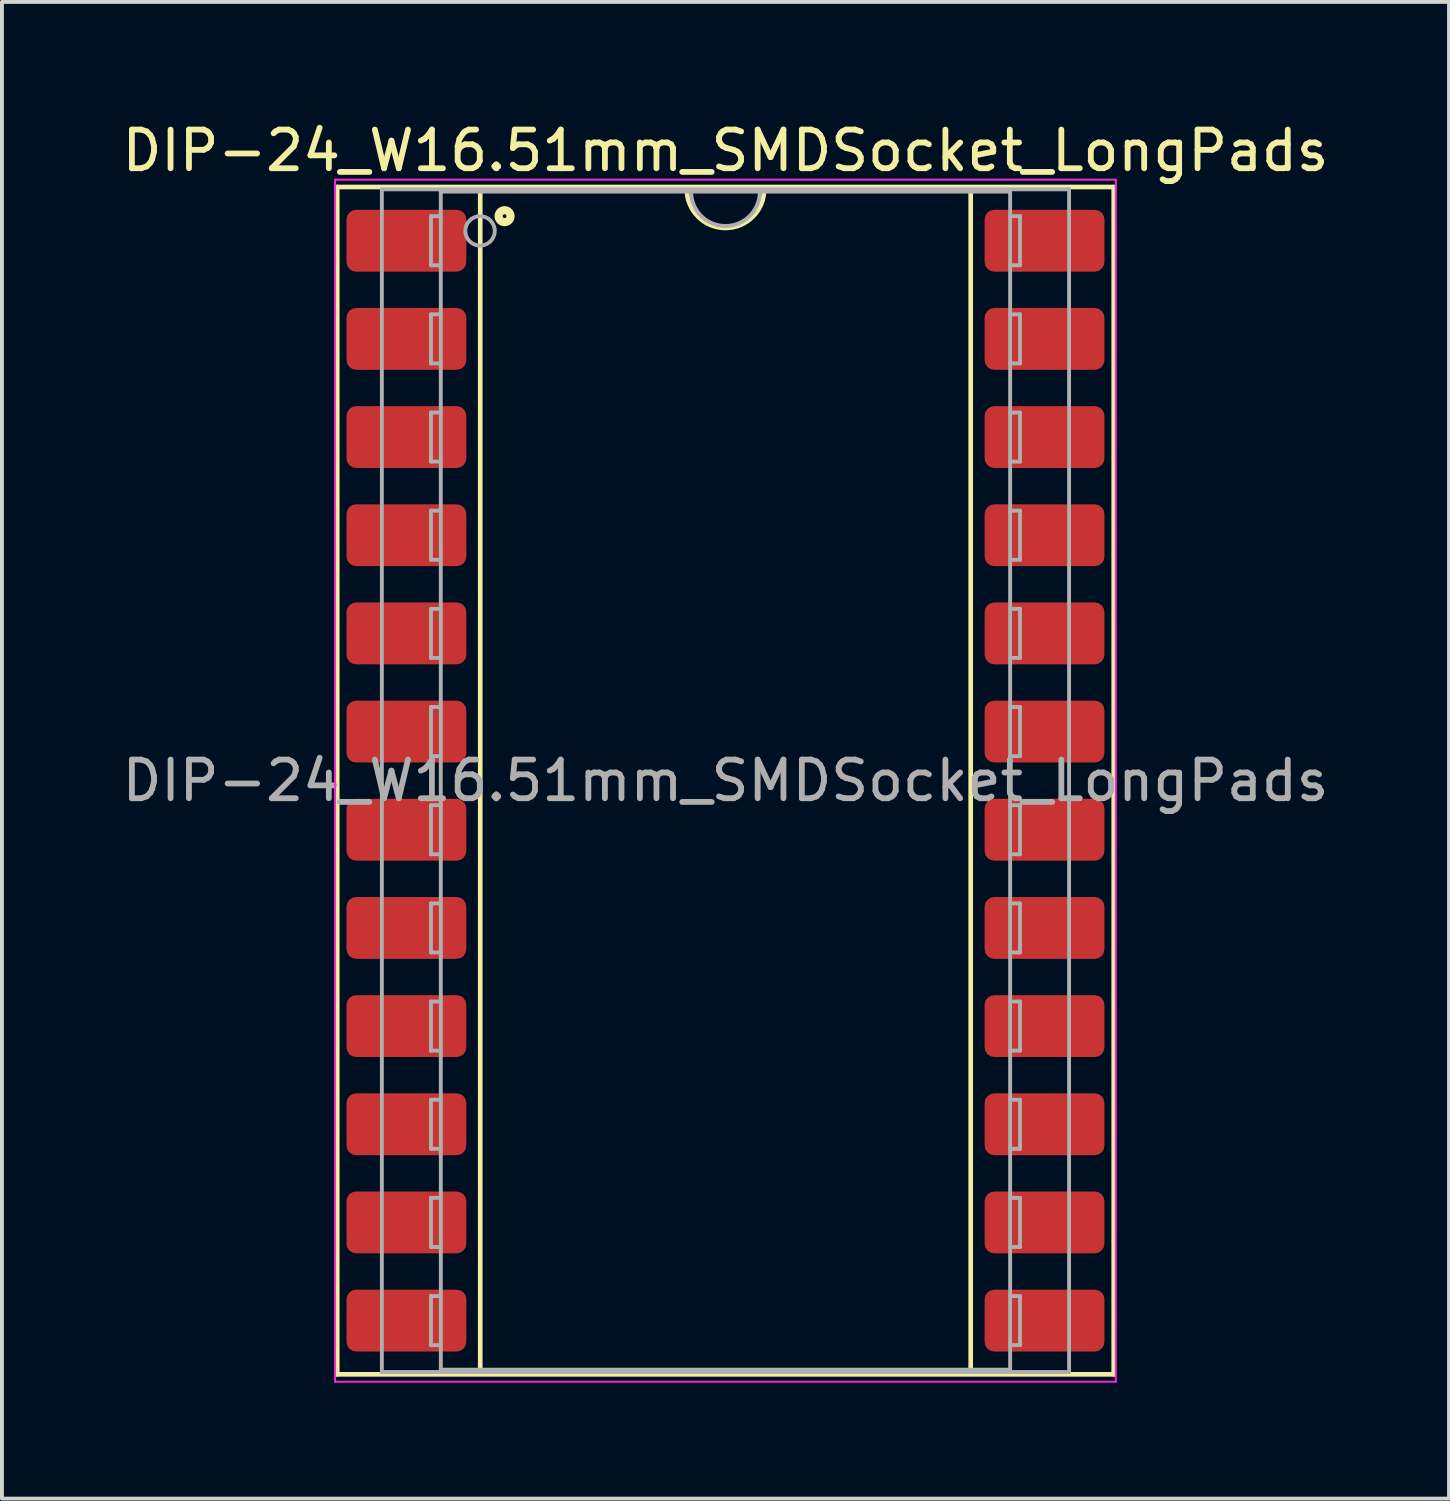
<source format=kicad_pcb>
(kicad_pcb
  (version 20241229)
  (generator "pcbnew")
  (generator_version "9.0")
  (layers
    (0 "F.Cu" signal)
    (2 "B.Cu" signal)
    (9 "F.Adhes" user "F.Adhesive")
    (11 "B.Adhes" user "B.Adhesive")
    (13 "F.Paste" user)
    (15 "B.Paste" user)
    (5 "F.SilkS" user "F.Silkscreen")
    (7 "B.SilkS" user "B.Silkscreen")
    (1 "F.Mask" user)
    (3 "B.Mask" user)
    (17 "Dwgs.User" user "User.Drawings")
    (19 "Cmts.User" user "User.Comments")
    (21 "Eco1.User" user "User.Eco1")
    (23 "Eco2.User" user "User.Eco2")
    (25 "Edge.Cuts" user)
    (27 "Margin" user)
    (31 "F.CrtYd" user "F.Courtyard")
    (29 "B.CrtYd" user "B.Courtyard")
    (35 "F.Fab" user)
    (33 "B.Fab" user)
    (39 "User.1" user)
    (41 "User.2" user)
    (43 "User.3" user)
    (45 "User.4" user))
  (footprint "DIP-24_W16.51mm_SMDSocket_LongPads"
    (layer "F.Cu")
    (at 15.72 17.148)
    (property "Reference" "DIP-24_W16.51mm_SMDSocket_LongPads" (at 0 -16.3 0) (layer "F.SilkS") (effects (font (size 1 1) (thickness 0.15))))
    (attr smd)
    (fp_line (start -10.045 -15.36) (end -10.045 15.36) (stroke (width 0.12) (type solid)) (layer "F.SilkS"))
    (fp_line (start -10.045 15.36) (end 10.045 15.36) (stroke (width 0.12) (type solid)) (layer "F.SilkS"))
    (fp_line (start -6.345 -15.3) (end -6.345 15.3) (stroke (width 0.12) (type solid)) (layer "F.SilkS"))
    (fp_line (start -6.345 15.3) (end 6.345 15.3) (stroke (width 0.12) (type solid)) (layer "F.SilkS"))
    (fp_line (start -1 -15.3) (end -6.345 -15.3) (stroke (width 0.12) (type solid)) (layer "F.SilkS"))
    (fp_line (start 6.345 -15.3) (end 1 -15.3) (stroke (width 0.12) (type solid)) (layer "F.SilkS"))
    (fp_line (start 6.345 15.3) (end 6.345 -15.3) (stroke (width 0.12) (type solid)) (layer "F.SilkS"))
    (fp_line (start 10.045 -15.36) (end -10.045 -15.36) (stroke (width 0.12) (type solid)) (layer "F.SilkS"))
    (fp_line (start 10.045 15.36) (end 10.045 -15.36) (stroke (width 0.12) (type solid)) (layer "F.SilkS"))
    (fp_arc (start 1 -15.3) (mid 0 -14.3) (end -1 -15.3) (stroke (width 0.12) (type solid)) (layer "F.SilkS"))
    (fp_circle (center -5.715 -14.605) (end -5.665 -14.605) (stroke (width 0.12) (type solid)) (fill no) (layer "F.SilkS"))
    (fp_circle (center -5.715 -14.605) (end -5.59 -14.605) (stroke (width 0.12) (type solid)) (fill no) (layer "F.SilkS"))
    (fp_circle (center -5.715 -14.605) (end -5.515 -14.605) (stroke (width 0.12) (type solid)) (fill no) (layer "F.SilkS"))
    (fp_line (start -10.1 -15.55) (end -10.1 15.55) (stroke (width 0.05) (type solid)) (layer "F.CrtYd"))
    (fp_line (start -10.1 15.55) (end 10.1 15.55) (stroke (width 0.05) (type solid)) (layer "F.CrtYd"))
    (fp_line (start 10.1 -15.55) (end -10.1 -15.55) (stroke (width 0.05) (type solid)) (layer "F.CrtYd"))
    (fp_line (start 10.1 15.55) (end 10.1 -15.55) (stroke (width 0.05) (type solid)) (layer "F.CrtYd"))
    (fp_line (start -8.89 -15.3) (end -8.89 15.3) (stroke (width 0.1) (type solid)) (layer "F.Fab"))
    (fp_line (start -8.89 15.3) (end 8.89 15.3) (stroke (width 0.1) (type solid)) (layer "F.Fab"))
    (fp_line (start -7.62 -14.605) (end -7.62 -13.335) (stroke (width 0.1) (type solid)) (layer "F.Fab"))
    (fp_line (start -7.62 -14.605) (end -7.366 -14.605) (stroke (width 0.1) (type solid)) (layer "F.Fab"))
    (fp_line (start -7.62 -13.335) (end -7.366 -13.335) (stroke (width 0.1) (type solid)) (layer "F.Fab"))
    (fp_line (start -7.62 -12.065) (end -7.62 -10.795) (stroke (width 0.1) (type solid)) (layer "F.Fab"))
    (fp_line (start -7.62 -12.065) (end -7.366 -12.065) (stroke (width 0.1) (type solid)) (layer "F.Fab"))
    (fp_line (start -7.62 -10.795) (end -7.366 -10.795) (stroke (width 0.1) (type solid)) (layer "F.Fab"))
    (fp_line (start -7.62 -9.525) (end -7.62 -8.255) (stroke (width 0.1) (type solid)) (layer "F.Fab"))
    (fp_line (start -7.62 -9.525) (end -7.366 -9.525) (stroke (width 0.1) (type solid)) (layer "F.Fab"))
    (fp_line (start -7.62 -8.255) (end -7.366 -8.255) (stroke (width 0.1) (type solid)) (layer "F.Fab"))
    (fp_line (start -7.62 -6.985) (end -7.62 -5.715) (stroke (width 0.1) (type solid)) (layer "F.Fab"))
    (fp_line (start -7.62 -6.985) (end -7.366 -6.985) (stroke (width 0.1) (type solid)) (layer "F.Fab"))
    (fp_line (start -7.62 -5.715) (end -7.366 -5.715) (stroke (width 0.1) (type solid)) (layer "F.Fab"))
    (fp_line (start -7.62 -4.445) (end -7.62 -3.175) (stroke (width 0.1) (type solid)) (layer "F.Fab"))
    (fp_line (start -7.62 -4.445) (end -7.366 -4.445) (stroke (width 0.1) (type solid)) (layer "F.Fab"))
    (fp_line (start -7.62 -3.175) (end -7.366 -3.175) (stroke (width 0.1) (type solid)) (layer "F.Fab"))
    (fp_line (start -7.62 -1.905) (end -7.62 -0.635) (stroke (width 0.1) (type solid)) (layer "F.Fab"))
    (fp_line (start -7.62 -1.905) (end -7.366 -1.905) (stroke (width 0.1) (type solid)) (layer "F.Fab"))
    (fp_line (start -7.62 -0.635) (end -7.366 -0.635) (stroke (width 0.1) (type solid)) (layer "F.Fab"))
    (fp_line (start -7.62 0.635) (end -7.62 1.905) (stroke (width 0.1) (type solid)) (layer "F.Fab"))
    (fp_line (start -7.62 0.635) (end -7.366 0.635) (stroke (width 0.1) (type solid)) (layer "F.Fab"))
    (fp_line (start -7.62 1.905) (end -7.366 1.905) (stroke (width 0.1) (type solid)) (layer "F.Fab"))
    (fp_line (start -7.62 3.175) (end -7.62 4.445) (stroke (width 0.1) (type solid)) (layer "F.Fab"))
    (fp_line (start -7.62 3.175) (end -7.366 3.175) (stroke (width 0.1) (type solid)) (layer "F.Fab"))
    (fp_line (start -7.62 4.445) (end -7.366 4.445) (stroke (width 0.1) (type solid)) (layer "F.Fab"))
    (fp_line (start -7.62 5.715) (end -7.62 6.985) (stroke (width 0.1) (type solid)) (layer "F.Fab"))
    (fp_line (start -7.62 5.715) (end -7.366 5.715) (stroke (width 0.1) (type solid)) (layer "F.Fab"))
    (fp_line (start -7.62 6.985) (end -7.366 6.985) (stroke (width 0.1) (type solid)) (layer "F.Fab"))
    (fp_line (start -7.62 8.255) (end -7.62 9.525) (stroke (width 0.1) (type solid)) (layer "F.Fab"))
    (fp_line (start -7.62 8.255) (end -7.366 8.255) (stroke (width 0.1) (type solid)) (layer "F.Fab"))
    (fp_line (start -7.62 9.525) (end -7.366 9.525) (stroke (width 0.1) (type solid)) (layer "F.Fab"))
    (fp_line (start -7.62 10.795) (end -7.62 12.065) (stroke (width 0.1) (type solid)) (layer "F.Fab"))
    (fp_line (start -7.62 10.795) (end -7.366 10.795) (stroke (width 0.1) (type solid)) (layer "F.Fab"))
    (fp_line (start -7.62 12.065) (end -7.366 12.065) (stroke (width 0.1) (type solid)) (layer "F.Fab"))
    (fp_line (start -7.62 13.335) (end -7.62 14.605) (stroke (width 0.1) (type solid)) (layer "F.Fab"))
    (fp_line (start -7.62 13.335) (end -7.366 13.335) (stroke (width 0.1) (type solid)) (layer "F.Fab"))
    (fp_line (start -7.62 14.605) (end -7.366 14.605) (stroke (width 0.1) (type solid)) (layer "F.Fab"))
    (fp_line (start -7.366 -15.24) (end 7.365 -15.24) (stroke (width 0.1) (type solid)) (layer "F.Fab"))
    (fp_line (start -7.365 15.24) (end -7.366 -15.24) (stroke (width 0.1) (type solid)) (layer "F.Fab"))
    (fp_line (start 7.365 -15.24) (end 7.365 15.24) (stroke (width 0.1) (type solid)) (layer "F.Fab"))
    (fp_line (start 7.365 15.24) (end -7.365 15.24) (stroke (width 0.1) (type solid)) (layer "F.Fab"))
    (fp_line (start 7.62 -14.605) (end 7.366 -14.605) (stroke (width 0.1) (type solid)) (layer "F.Fab"))
    (fp_line (start 7.62 -13.335) (end 7.366 -13.335) (stroke (width 0.1) (type solid)) (layer "F.Fab"))
    (fp_line (start 7.62 -13.335) (end 7.62 -14.605) (stroke (width 0.1) (type solid)) (layer "F.Fab"))
    (fp_line (start 7.62 -12.065) (end 7.366 -12.065) (stroke (width 0.1) (type solid)) (layer "F.Fab"))
    (fp_line (start 7.62 -10.795) (end 7.366 -10.795) (stroke (width 0.1) (type solid)) (layer "F.Fab"))
    (fp_line (start 7.62 -10.795) (end 7.62 -12.065) (stroke (width 0.1) (type solid)) (layer "F.Fab"))
    (fp_line (start 7.62 -9.525) (end 7.366 -9.525) (stroke (width 0.1) (type solid)) (layer "F.Fab"))
    (fp_line (start 7.62 -8.255) (end 7.366 -8.255) (stroke (width 0.1) (type solid)) (layer "F.Fab"))
    (fp_line (start 7.62 -8.255) (end 7.62 -9.525) (stroke (width 0.1) (type solid)) (layer "F.Fab"))
    (fp_line (start 7.62 -6.985) (end 7.366 -6.985) (stroke (width 0.1) (type solid)) (layer "F.Fab"))
    (fp_line (start 7.62 -5.715) (end 7.366 -5.715) (stroke (width 0.1) (type solid)) (layer "F.Fab"))
    (fp_line (start 7.62 -5.715) (end 7.62 -6.985) (stroke (width 0.1) (type solid)) (layer "F.Fab"))
    (fp_line (start 7.62 -4.445) (end 7.366 -4.445) (stroke (width 0.1) (type solid)) (layer "F.Fab"))
    (fp_line (start 7.62 -3.175) (end 7.366 -3.175) (stroke (width 0.1) (type solid)) (layer "F.Fab"))
    (fp_line (start 7.62 -3.175) (end 7.62 -4.445) (stroke (width 0.1) (type solid)) (layer "F.Fab"))
    (fp_line (start 7.62 -1.905) (end 7.366 -1.905) (stroke (width 0.1) (type solid)) (layer "F.Fab"))
    (fp_line (start 7.62 -0.635) (end 7.366 -0.635) (stroke (width 0.1) (type solid)) (layer "F.Fab"))
    (fp_line (start 7.62 -0.635) (end 7.62 -1.905) (stroke (width 0.1) (type solid)) (layer "F.Fab"))
    (fp_line (start 7.62 0.635) (end 7.366 0.635) (stroke (width 0.1) (type solid)) (layer "F.Fab"))
    (fp_line (start 7.62 1.905) (end 7.366 1.905) (stroke (width 0.1) (type solid)) (layer "F.Fab"))
    (fp_line (start 7.62 1.905) (end 7.62 0.635) (stroke (width 0.1) (type solid)) (layer "F.Fab"))
    (fp_line (start 7.62 3.175) (end 7.366 3.175) (stroke (width 0.1) (type solid)) (layer "F.Fab"))
    (fp_line (start 7.62 4.445) (end 7.366 4.445) (stroke (width 0.1) (type solid)) (layer "F.Fab"))
    (fp_line (start 7.62 4.445) (end 7.62 3.175) (stroke (width 0.1) (type solid)) (layer "F.Fab"))
    (fp_line (start 7.62 5.715) (end 7.366 5.715) (stroke (width 0.1) (type solid)) (layer "F.Fab"))
    (fp_line (start 7.62 6.985) (end 7.366 6.985) (stroke (width 0.1) (type solid)) (layer "F.Fab"))
    (fp_line (start 7.62 6.985) (end 7.62 5.715) (stroke (width 0.1) (type solid)) (layer "F.Fab"))
    (fp_line (start 7.62 8.255) (end 7.366 8.255) (stroke (width 0.1) (type solid)) (layer "F.Fab"))
    (fp_line (start 7.62 9.525) (end 7.366 9.525) (stroke (width 0.1) (type solid)) (layer "F.Fab"))
    (fp_line (start 7.62 9.525) (end 7.62 8.255) (stroke (width 0.1) (type solid)) (layer "F.Fab"))
    (fp_line (start 7.62 10.795) (end 7.366 10.795) (stroke (width 0.1) (type solid)) (layer "F.Fab"))
    (fp_line (start 7.62 12.065) (end 7.366 12.065) (stroke (width 0.1) (type solid)) (layer "F.Fab"))
    (fp_line (start 7.62 12.065) (end 7.62 10.795) (stroke (width 0.1) (type solid)) (layer "F.Fab"))
    (fp_line (start 7.62 13.335) (end 7.366 13.335) (stroke (width 0.1) (type solid)) (layer "F.Fab"))
    (fp_line (start 7.62 14.605) (end 7.366 14.605) (stroke (width 0.1) (type solid)) (layer "F.Fab"))
    (fp_line (start 7.62 14.605) (end 7.62 13.335) (stroke (width 0.1) (type solid)) (layer "F.Fab"))
    (fp_line (start 8.89 -15.3) (end -8.89 -15.3) (stroke (width 0.1) (type solid)) (layer "F.Fab"))
    (fp_line (start 8.89 15.3) (end 8.89 -15.3) (stroke (width 0.1) (type solid)) (layer "F.Fab"))
    (fp_arc (start 0.889 -15.24) (mid 0 -14.351) (end -0.889 -15.24) (stroke (width 0.1) (type solid)) (layer "F.Fab"))
    (fp_circle (center -6.35 -14.224) (end -5.969 -14.224) (stroke (width 0.1) (type solid)) (fill no) (layer "F.Fab"))
    (fp_text user "${REFERENCE}" (at 0 0 0) (layer "F.Fab") (effects (font (size 1 1) (thickness 0.15))))
    (pad "1" smd roundrect (at -8.255 -13.97) (size 3.1 1.6) (layers "F.Cu" "F.Mask" "F.Paste") (roundrect_rratio 0.156))
    (pad "2" smd roundrect (at -8.255 -11.43) (size 3.1 1.6) (layers "F.Cu" "F.Mask" "F.Paste") (roundrect_rratio 0.156))
    (pad "3" smd roundrect (at -8.255 -8.89) (size 3.1 1.6) (layers "F.Cu" "F.Mask" "F.Paste") (roundrect_rratio 0.156))
    (pad "4" smd roundrect (at -8.255 -6.35) (size 3.1 1.6) (layers "F.Cu" "F.Mask" "F.Paste") (roundrect_rratio 0.156))
    (pad "5" smd roundrect (at -8.255 -3.81) (size 3.1 1.6) (layers "F.Cu" "F.Mask" "F.Paste") (roundrect_rratio 0.156))
    (pad "6" smd roundrect (at -8.255 -1.27) (size 3.1 1.6) (layers "F.Cu" "F.Mask" "F.Paste") (roundrect_rratio 0.156))
    (pad "7" smd roundrect (at -8.255 1.27) (size 3.1 1.6) (layers "F.Cu" "F.Mask" "F.Paste") (roundrect_rratio 0.156))
    (pad "8" smd roundrect (at -8.255 3.81) (size 3.1 1.6) (layers "F.Cu" "F.Mask" "F.Paste") (roundrect_rratio 0.156))
    (pad "9" smd roundrect (at -8.255 6.35) (size 3.1 1.6) (layers "F.Cu" "F.Mask" "F.Paste") (roundrect_rratio 0.156))
    (pad "10" smd roundrect (at -8.255 8.89) (size 3.1 1.6) (layers "F.Cu" "F.Mask" "F.Paste") (roundrect_rratio 0.156))
    (pad "11" smd roundrect (at -8.255 11.43) (size 3.1 1.6) (layers "F.Cu" "F.Mask" "F.Paste") (roundrect_rratio 0.156))
    (pad "12" smd roundrect (at -8.255 13.97) (size 3.1 1.6) (layers "F.Cu" "F.Mask" "F.Paste") (roundrect_rratio 0.156))
    (pad "13" smd roundrect (at 8.255 13.97) (size 3.1 1.6) (layers "F.Cu" "F.Mask" "F.Paste") (roundrect_rratio 0.156))
    (pad "14" smd roundrect (at 8.255 11.43) (size 3.1 1.6) (layers "F.Cu" "F.Mask" "F.Paste") (roundrect_rratio 0.156))
    (pad "15" smd roundrect (at 8.255 8.89) (size 3.1 1.6) (layers "F.Cu" "F.Mask" "F.Paste") (roundrect_rratio 0.156))
    (pad "16" smd roundrect (at 8.255 6.35) (size 3.1 1.6) (layers "F.Cu" "F.Mask" "F.Paste") (roundrect_rratio 0.156))
    (pad "17" smd roundrect (at 8.255 3.81) (size 3.1 1.6) (layers "F.Cu" "F.Mask" "F.Paste") (roundrect_rratio 0.156))
    (pad "18" smd roundrect (at 8.255 1.27) (size 3.1 1.6) (layers "F.Cu" "F.Mask" "F.Paste") (roundrect_rratio 0.156))
    (pad "19" smd roundrect (at 8.255 -1.27) (size 3.1 1.6) (layers "F.Cu" "F.Mask" "F.Paste") (roundrect_rratio 0.156))
    (pad "20" smd roundrect (at 8.255 -3.81) (size 3.1 1.6) (layers "F.Cu" "F.Mask" "F.Paste") (roundrect_rratio 0.156))
    (pad "21" smd roundrect (at 8.255 -6.35) (size 3.1 1.6) (layers "F.Cu" "F.Mask" "F.Paste") (roundrect_rratio 0.156))
    (pad "22" smd roundrect (at 8.255 -8.89) (size 3.1 1.6) (layers "F.Cu" "F.Mask" "F.Paste") (roundrect_rratio 0.156))
    (pad "23" smd roundrect (at 8.255 -11.43) (size 3.1 1.6) (layers "F.Cu" "F.Mask" "F.Paste") (roundrect_rratio 0.156))
    (pad "24" smd roundrect (at 8.255 -13.97) (size 3.1 1.6) (layers "F.Cu" "F.Mask" "F.Paste") (roundrect_rratio 0.156)))
  (gr_rect
    (start -3 -3)
    (end 34.44 35.723)
    (stroke (width 0.1) (type default))
    (fill no)
    (layer "Edge.Cuts")))
</source>
